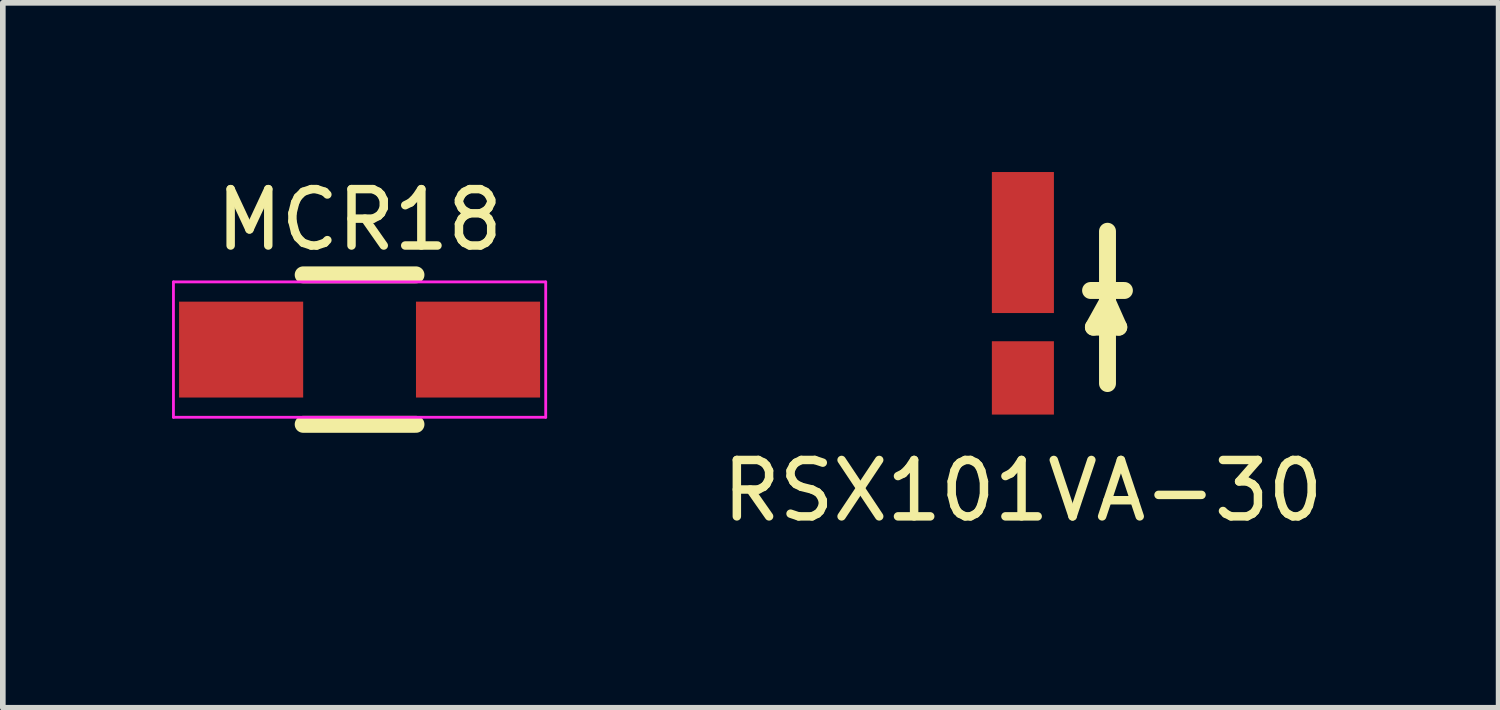
<source format=kicad_pcb>
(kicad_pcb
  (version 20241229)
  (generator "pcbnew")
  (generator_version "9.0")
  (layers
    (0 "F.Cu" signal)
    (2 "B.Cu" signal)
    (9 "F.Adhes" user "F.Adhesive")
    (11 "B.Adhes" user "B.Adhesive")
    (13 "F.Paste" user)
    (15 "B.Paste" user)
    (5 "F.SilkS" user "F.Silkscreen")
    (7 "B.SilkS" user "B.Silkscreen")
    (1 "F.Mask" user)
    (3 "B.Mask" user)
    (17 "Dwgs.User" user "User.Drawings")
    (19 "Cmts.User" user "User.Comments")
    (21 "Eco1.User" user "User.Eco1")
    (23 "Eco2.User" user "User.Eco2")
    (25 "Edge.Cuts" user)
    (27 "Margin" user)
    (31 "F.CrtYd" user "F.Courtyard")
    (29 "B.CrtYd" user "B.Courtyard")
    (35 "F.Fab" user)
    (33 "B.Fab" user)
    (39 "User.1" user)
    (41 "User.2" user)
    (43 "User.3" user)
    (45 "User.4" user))
  (footprint "MCR18"
    (layer "F.Cu")
    (at 3.325 3.148)
    (property "Reference" "MCR18" (at 0 -2.3 0) (layer "F.SilkS") (effects (font (size 1 1) (thickness 0.15))))
    (attr smd)
    (fp_line (start -1 -1.325) (end 1 -1.325) (stroke (width 0.3) (type solid)) (layer "F.SilkS"))
    (fp_line (start 1 1.325) (end -1 1.325) (stroke (width 0.3) (type solid)) (layer "F.SilkS"))
    (fp_line (start -3.3 -1.2) (end -3.3 1.2) (stroke (width 0.05) (type solid)) (layer "F.CrtYd"))
    (fp_line (start -3.3 -1.2) (end 3.3 -1.2) (stroke (width 0.05) (type solid)) (layer "F.CrtYd"))
    (fp_line (start -3.3 1.2) (end 3.3 1.2) (stroke (width 0.05) (type solid)) (layer "F.CrtYd"))
    (fp_line (start 3.3 -1.2) (end 3.3 1.2) (stroke (width 0.05) (type solid)) (layer "F.CrtYd"))
    (pad "1" smd rect (at -2.1 0) (size 2.2 1.7) (layers "F.Cu" "F.Mask" "F.Paste"))
    (pad "2" smd rect (at 2.1 0) (size 2.2 1.7) (layers "F.Cu" "F.Mask" "F.Paste")))
  (footprint "RSX101VA-30"
    (layer "F.Cu")
    (at 15.085 1.5)
    (property "Reference" "RSX101VA-30" (at 0 4.15 0) (layer "F.SilkS") (effects (font (size 1 1) (thickness 0.15))))
    (attr through_hole)
    (fp_line (start 1.2 0.6) (end 1.8 0.6) (stroke (width 0.3) (type solid)) (layer "F.SilkS"))
    (fp_line (start 1.25 1.25) (end 1.7 1.25) (stroke (width 0.3) (type solid)) (layer "F.SilkS"))
    (fp_line (start 1.5 -0.45) (end 1.5 2.25) (stroke (width 0.3) (type solid)) (layer "F.SilkS"))
    (fp_line (start 1.5 0.8) (end 1.25 1.25) (stroke (width 0.3) (type solid)) (layer "F.SilkS"))
    (fp_line (start 1.7 1.25) (end 1.5 0.8) (stroke (width 0.3) (type solid)) (layer "F.SilkS"))
    (pad "1" smd rect (at 0 -0.25) (size 1.1 2.5) (layers "F.Cu" "F.Mask" "F.Paste"))
    (pad "2" smd rect (at 0 2.15) (size 1.1 1.3) (layers "F.Cu" "F.Mask" "F.Paste")))
  (gr_rect
    (start -3 -3)
    (end 23.519 9.498)
    (stroke (width 0.1) (type default))
    (fill no)
    (layer "Edge.Cuts")))
</source>
